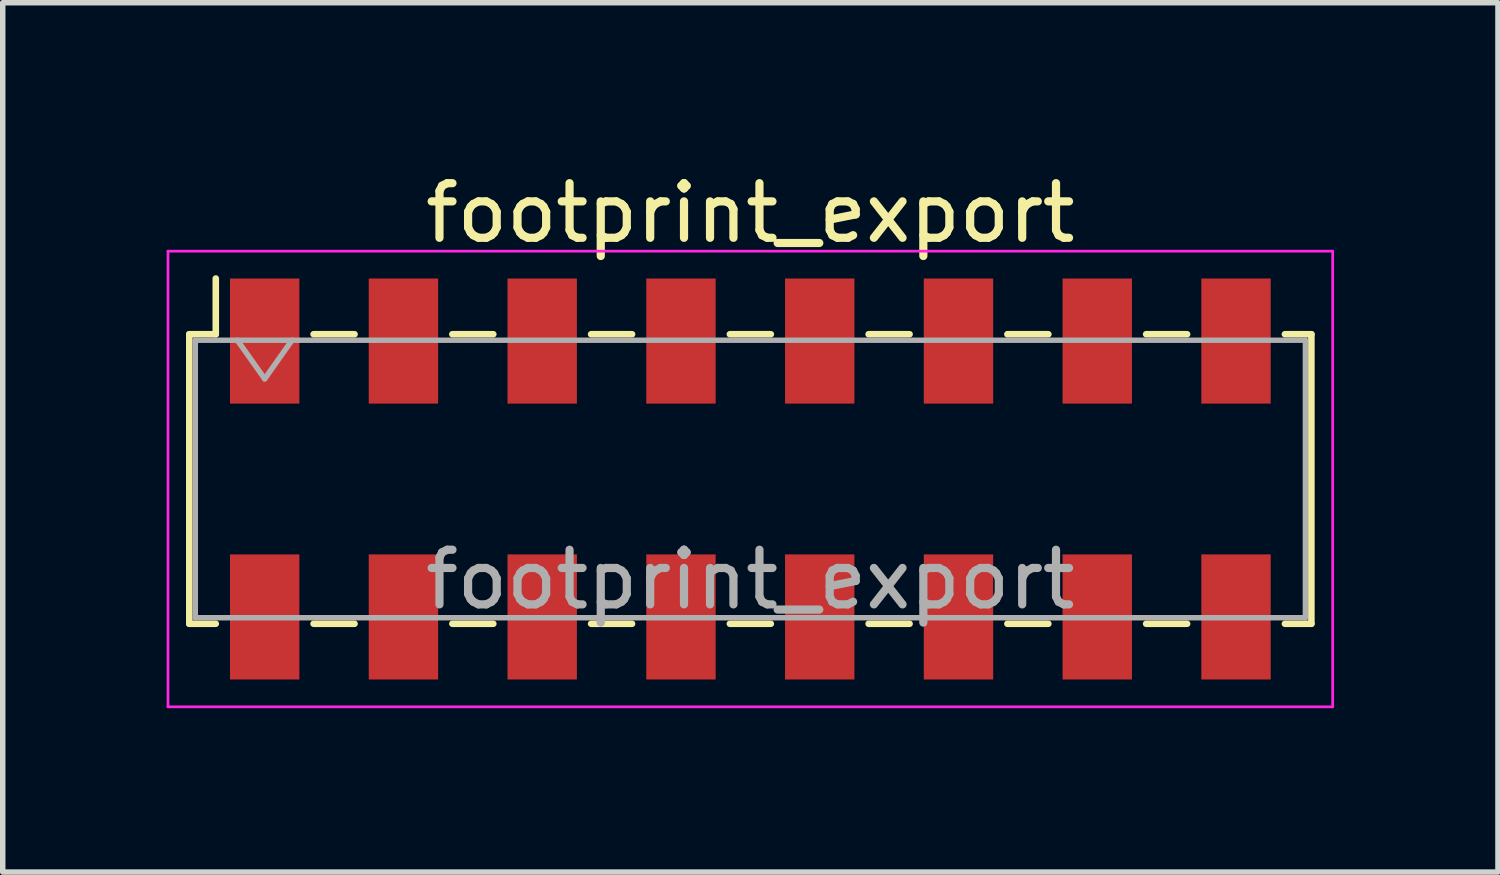
<source format=kicad_pcb>
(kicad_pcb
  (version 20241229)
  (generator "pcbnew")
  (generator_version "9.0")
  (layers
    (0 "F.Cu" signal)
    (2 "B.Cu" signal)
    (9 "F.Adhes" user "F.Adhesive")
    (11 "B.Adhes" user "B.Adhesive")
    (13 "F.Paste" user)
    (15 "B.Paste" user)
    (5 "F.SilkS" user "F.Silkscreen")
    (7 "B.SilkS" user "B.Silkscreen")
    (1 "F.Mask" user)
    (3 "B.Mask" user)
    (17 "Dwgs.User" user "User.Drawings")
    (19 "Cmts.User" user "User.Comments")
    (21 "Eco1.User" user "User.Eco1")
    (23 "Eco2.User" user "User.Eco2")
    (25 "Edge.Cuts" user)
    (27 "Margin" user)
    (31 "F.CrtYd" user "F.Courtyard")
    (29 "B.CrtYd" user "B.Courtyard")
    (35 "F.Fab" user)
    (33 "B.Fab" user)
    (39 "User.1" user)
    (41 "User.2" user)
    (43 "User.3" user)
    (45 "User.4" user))
  (footprint "footprint_export"
    (layer "F.Cu")
    (at 10.685 5.718)
    (property "Reference" "footprint_export" (at 0 -4.87 0) (layer "F.SilkS") (effects (font (size 1 1) (thickness 0.15))))
    (attr smd)
    (fp_line (start -10.27 -2.65) (end -10.27 2.65) (stroke (width 0.12) (type solid)) (layer "F.SilkS"))
    (fp_line (start -10.27 2.65) (end -9.785 2.65) (stroke (width 0.12) (type solid)) (layer "F.SilkS"))
    (fp_line (start -9.785 -3.67) (end -9.785 -2.65) (stroke (width 0.12) (type solid)) (layer "F.SilkS"))
    (fp_line (start -9.785 -2.65) (end -10.27 -2.65) (stroke (width 0.12) (type solid)) (layer "F.SilkS"))
    (fp_line (start -7.995 -2.65) (end -7.245 -2.65) (stroke (width 0.12) (type solid)) (layer "F.SilkS"))
    (fp_line (start -7.995 2.65) (end -7.245 2.65) (stroke (width 0.12) (type solid)) (layer "F.SilkS"))
    (fp_line (start -5.455 -2.65) (end -4.705 -2.65) (stroke (width 0.12) (type solid)) (layer "F.SilkS"))
    (fp_line (start -5.455 2.65) (end -4.705 2.65) (stroke (width 0.12) (type solid)) (layer "F.SilkS"))
    (fp_line (start -2.915 -2.65) (end -2.165 -2.65) (stroke (width 0.12) (type solid)) (layer "F.SilkS"))
    (fp_line (start -2.915 2.65) (end -2.165 2.65) (stroke (width 0.12) (type solid)) (layer "F.SilkS"))
    (fp_line (start -0.375 -2.65) (end 0.375 -2.65) (stroke (width 0.12) (type solid)) (layer "F.SilkS"))
    (fp_line (start -0.375 2.65) (end 0.375 2.65) (stroke (width 0.12) (type solid)) (layer "F.SilkS"))
    (fp_line (start 2.165 -2.65) (end 2.915 -2.65) (stroke (width 0.12) (type solid)) (layer "F.SilkS"))
    (fp_line (start 2.165 2.65) (end 2.915 2.65) (stroke (width 0.12) (type solid)) (layer "F.SilkS"))
    (fp_line (start 4.705 -2.65) (end 5.455 -2.65) (stroke (width 0.12) (type solid)) (layer "F.SilkS"))
    (fp_line (start 4.705 2.65) (end 5.455 2.65) (stroke (width 0.12) (type solid)) (layer "F.SilkS"))
    (fp_line (start 7.245 -2.65) (end 7.995 -2.65) (stroke (width 0.12) (type solid)) (layer "F.SilkS"))
    (fp_line (start 7.245 2.65) (end 7.995 2.65) (stroke (width 0.12) (type solid)) (layer "F.SilkS"))
    (fp_line (start 9.785 -2.65) (end 10.27 -2.65) (stroke (width 0.12) (type solid)) (layer "F.SilkS"))
    (fp_line (start 10.27 -2.65) (end 10.27 2.65) (stroke (width 0.12) (type solid)) (layer "F.SilkS"))
    (fp_line (start 10.27 2.65) (end 9.785 2.65) (stroke (width 0.12) (type solid)) (layer "F.SilkS"))
    (fp_line (start -10.66 -4.17) (end 10.66 -4.17) (stroke (width 0.05) (type solid)) (layer "F.CrtYd"))
    (fp_line (start -10.66 4.17) (end -10.66 -4.17) (stroke (width 0.05) (type solid)) (layer "F.CrtYd"))
    (fp_line (start 10.66 -4.17) (end 10.66 4.17) (stroke (width 0.05) (type solid)) (layer "F.CrtYd"))
    (fp_line (start 10.66 4.17) (end -10.66 4.17) (stroke (width 0.05) (type solid)) (layer "F.CrtYd"))
    (fp_line (start -10.16 -2.54) (end 10.16 -2.54) (stroke (width 0.1) (type solid)) (layer "F.Fab"))
    (fp_line (start -10.16 2.54) (end -10.16 -2.54) (stroke (width 0.1) (type solid)) (layer "F.Fab"))
    (fp_line (start -9.39 -2.54) (end -8.89 -1.833) (stroke (width 0.1) (type solid)) (layer "F.Fab"))
    (fp_line (start -8.89 -1.833) (end -8.39 -2.54) (stroke (width 0.1) (type solid)) (layer "F.Fab"))
    (fp_line (start 10.16 -2.54) (end 10.16 2.54) (stroke (width 0.1) (type solid)) (layer "F.Fab"))
    (fp_line (start 10.16 2.54) (end -10.16 2.54) (stroke (width 0.1) (type solid)) (layer "F.Fab"))
    (fp_text user "${REFERENCE}" (at 0 1.84 0) (layer "F.Fab") (effects (font (size 1 1) (thickness 0.15))))
    (pad "1" smd rect (at -8.89 -2.525) (size 1.27 2.29) (layers "F.Cu" "F.Mask" "F.Paste"))
    (pad "2" smd rect (at -8.89 2.525) (size 1.27 2.29) (layers "F.Cu" "F.Mask" "F.Paste"))
    (pad "3" smd rect (at -6.35 -2.525) (size 1.27 2.29) (layers "F.Cu" "F.Mask" "F.Paste"))
    (pad "4" smd rect (at -6.35 2.525) (size 1.27 2.29) (layers "F.Cu" "F.Mask" "F.Paste"))
    (pad "5" smd rect (at -3.81 -2.525) (size 1.27 2.29) (layers "F.Cu" "F.Mask" "F.Paste"))
    (pad "6" smd rect (at -3.81 2.525) (size 1.27 2.29) (layers "F.Cu" "F.Mask" "F.Paste"))
    (pad "7" smd rect (at -1.27 -2.525) (size 1.27 2.29) (layers "F.Cu" "F.Mask" "F.Paste"))
    (pad "8" smd rect (at -1.27 2.525) (size 1.27 2.29) (layers "F.Cu" "F.Mask" "F.Paste"))
    (pad "9" smd rect (at 1.27 -2.525) (size 1.27 2.29) (layers "F.Cu" "F.Mask" "F.Paste"))
    (pad "10" smd rect (at 1.27 2.525) (size 1.27 2.29) (layers "F.Cu" "F.Mask" "F.Paste"))
    (pad "11" smd rect (at 3.81 -2.525) (size 1.27 2.29) (layers "F.Cu" "F.Mask" "F.Paste"))
    (pad "12" smd rect (at 3.81 2.525) (size 1.27 2.29) (layers "F.Cu" "F.Mask" "F.Paste"))
    (pad "13" smd rect (at 6.35 -2.525) (size 1.27 2.29) (layers "F.Cu" "F.Mask" "F.Paste"))
    (pad "14" smd rect (at 6.35 2.525) (size 1.27 2.29) (layers "F.Cu" "F.Mask" "F.Paste"))
    (pad "15" smd rect (at 8.89 -2.525) (size 1.27 2.29) (layers "F.Cu" "F.Mask" "F.Paste"))
    (pad "16" smd rect (at 8.89 2.525) (size 1.27 2.29) (layers "F.Cu" "F.Mask" "F.Paste")))
  (gr_rect
    (start -3 -3)
    (end 24.37 12.913)
    (stroke (width 0.1) (type default))
    (fill no)
    (layer "Edge.Cuts")))
</source>
